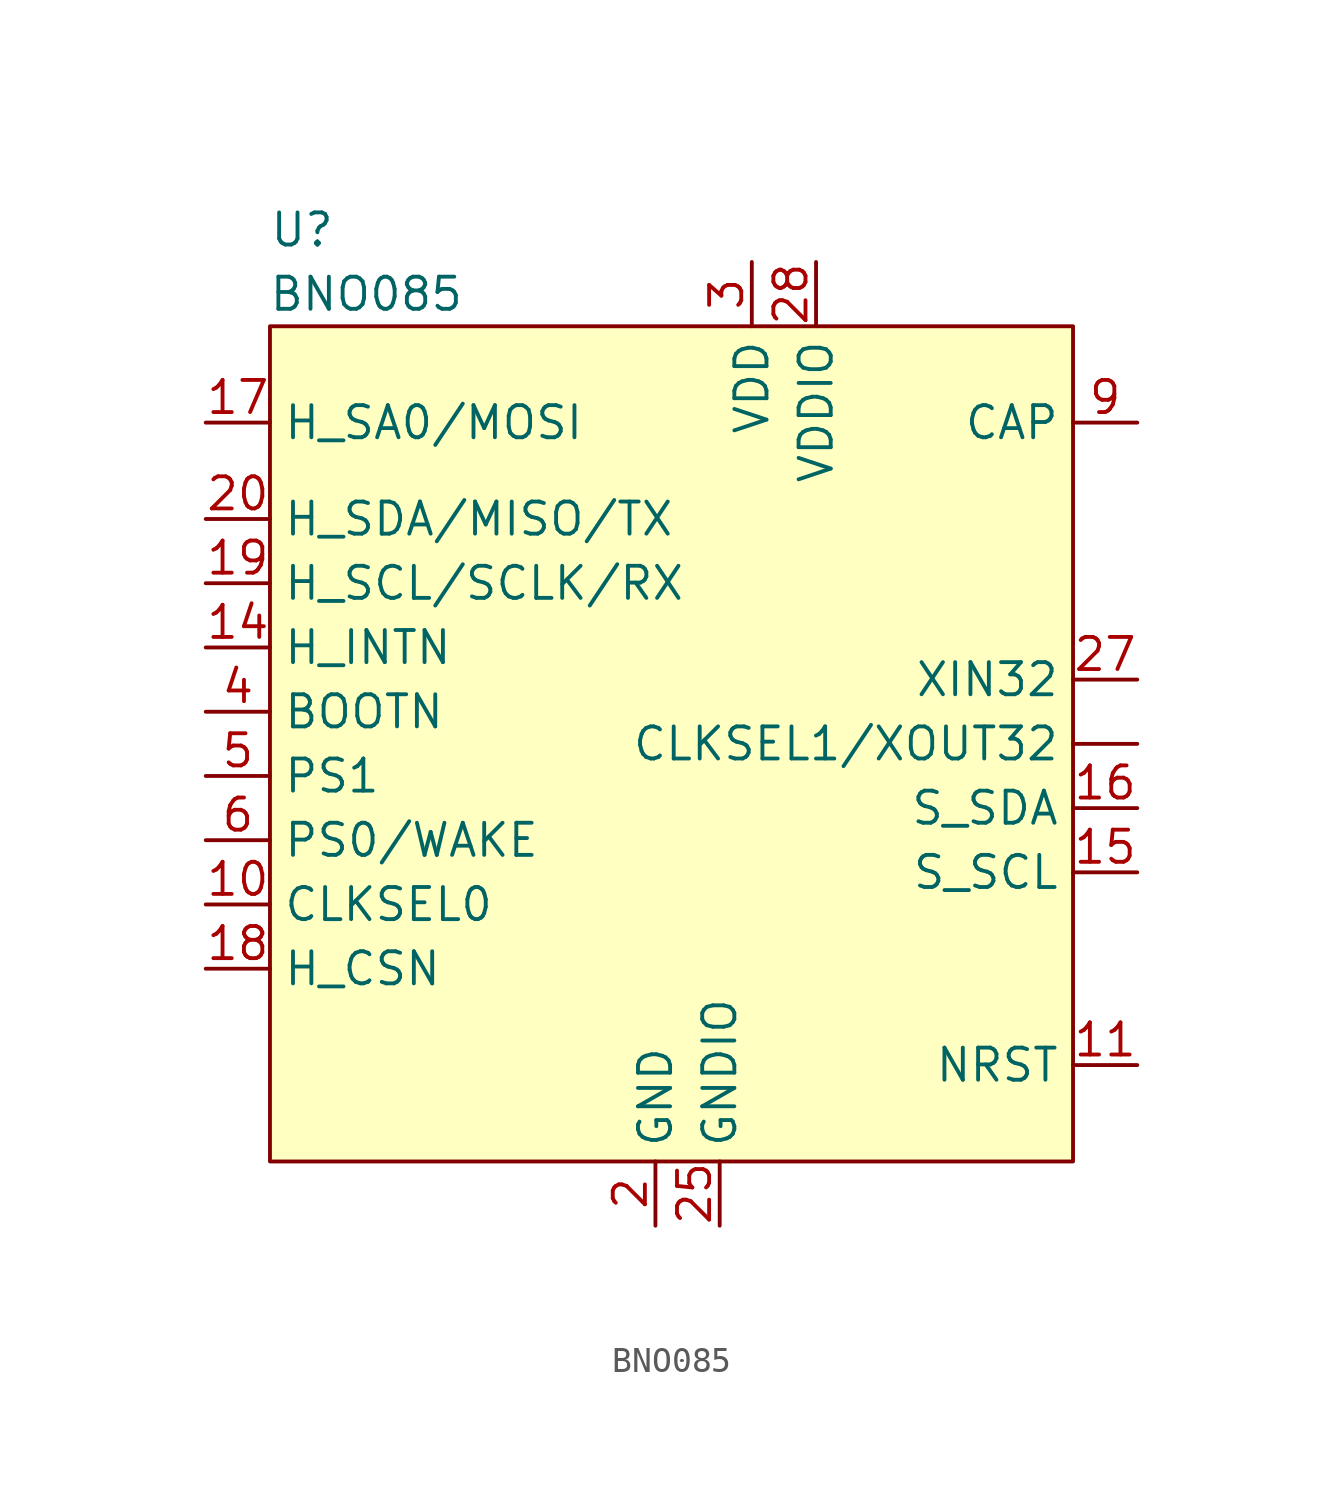
<source format=kicad_sym>
(kicad_symbol_lib
  (version 20220914)
  (generator kicad_symbol_editor)
  (symbol "BNO085"
    (property "Reference" "U"
      (at -6.35 3.81 0)
      (effects (font (size 1.27 1.27))))
    (property "Value" "BNO085"
      (at -3.81 1.27 0)
      (effects (font (size 1.27 1.27))))
    (symbol "BNO085_1_1"
      (rectangle (start -7.62 0) (end 24.13 -33.02) (stroke (width 0) (type default)) (fill (type background)))
      (pin input line (at 26.67 -16.51 180) (length 2.54) (name "CLKSEL1/XOUT32" (effects (font (size 1.27 1.27)))) (number "" (effects (font (size 1.27 1.27)))))
      (pin input line (at -10.16 -22.86 0) (length 2.54) (name "CLKSEL0" (effects (font (size 1.27 1.27)))) (number "10" (effects (font (size 1.27 1.27)))))
      (pin input line (at 26.67 -29.21 180) (length 2.54) (name "NRST" (effects (font (size 1.27 1.27)))) (number "11" (effects (font (size 1.27 1.27)))))
      (pin input line (at -10.16 -12.7 0) (length 2.54) (name "H_INTN" (effects (font (size 1.27 1.27)))) (number "14" (effects (font (size 1.27 1.27)))))
      (pin input line (at 26.67 -21.59 180) (length 2.54) (name "S_SCL" (effects (font (size 1.27 1.27)))) (number "15" (effects (font (size 1.27 1.27)))))
      (pin input line (at 26.67 -19.05 180) (length 2.54) (name "S_SDA" (effects (font (size 1.27 1.27)))) (number "16" (effects (font (size 1.27 1.27)))))
      (pin input line (at -10.16 -3.81 0) (length 2.54) (name "H_SA0/MOSI" (effects (font (size 1.27 1.27)))) (number "17" (effects (font (size 1.27 1.27)))))
      (pin input line (at -10.16 -25.4 0) (length 2.54) (name "H_CSN" (effects (font (size 1.27 1.27)))) (number "18" (effects (font (size 1.27 1.27)))))
      (pin input line (at -10.16 -10.16 0) (length 2.54) (name "H_SCL/SCLK/RX" (effects (font (size 1.27 1.27)))) (number "19" (effects (font (size 1.27 1.27)))))
      (pin input line (at 7.62 -35.56 90) (length 2.54) (name "GND" (effects (font (size 1.27 1.27)))) (number "2" (effects (font (size 1.27 1.27)))))
      (pin input line (at -10.16 -7.62 0) (length 2.54) (name "H_SDA/MISO/TX" (effects (font (size 1.27 1.27)))) (number "20" (effects (font (size 1.27 1.27)))))
      (pin input line (at 10.16 -35.56 90) (length 2.54) (name "GNDIO" (effects (font (size 1.27 1.27)))) (number "25" (effects (font (size 1.27 1.27)))))
      (pin input line (at 26.67 -13.97 180) (length 2.54) (name "XIN32" (effects (font (size 1.27 1.27)))) (number "27" (effects (font (size 1.27 1.27)))))
      (pin input line (at 13.97 2.54 270) (length 2.54) (name "VDDIO" (effects (font (size 1.27 1.27)))) (number "28" (effects (font (size 1.27 1.27)))))
      (pin input line (at 11.43 2.54 270) (length 2.54) (name "VDD" (effects (font (size 1.27 1.27)))) (number "3" (effects (font (size 1.27 1.27)))))
      (pin input line (at -10.16 -15.24 0) (length 2.54) (name "BOOTN" (effects (font (size 1.27 1.27)))) (number "4" (effects (font (size 1.27 1.27)))))
      (pin input line (at -10.16 -17.78 0) (length 2.54) (name "PS1" (effects (font (size 1.27 1.27)))) (number "5" (effects (font (size 1.27 1.27)))))
      (pin input line (at -10.16 -20.32 0) (length 2.54) (name "PS0/WAKE" (effects (font (size 1.27 1.27)))) (number "6" (effects (font (size 1.27 1.27)))))
      (pin input line (at 26.67 -3.81 180) (length 2.54) (name "CAP" (effects (font (size 1.27 1.27)))) (number "9" (effects (font (size 1.27 1.27))))))))
</source>
